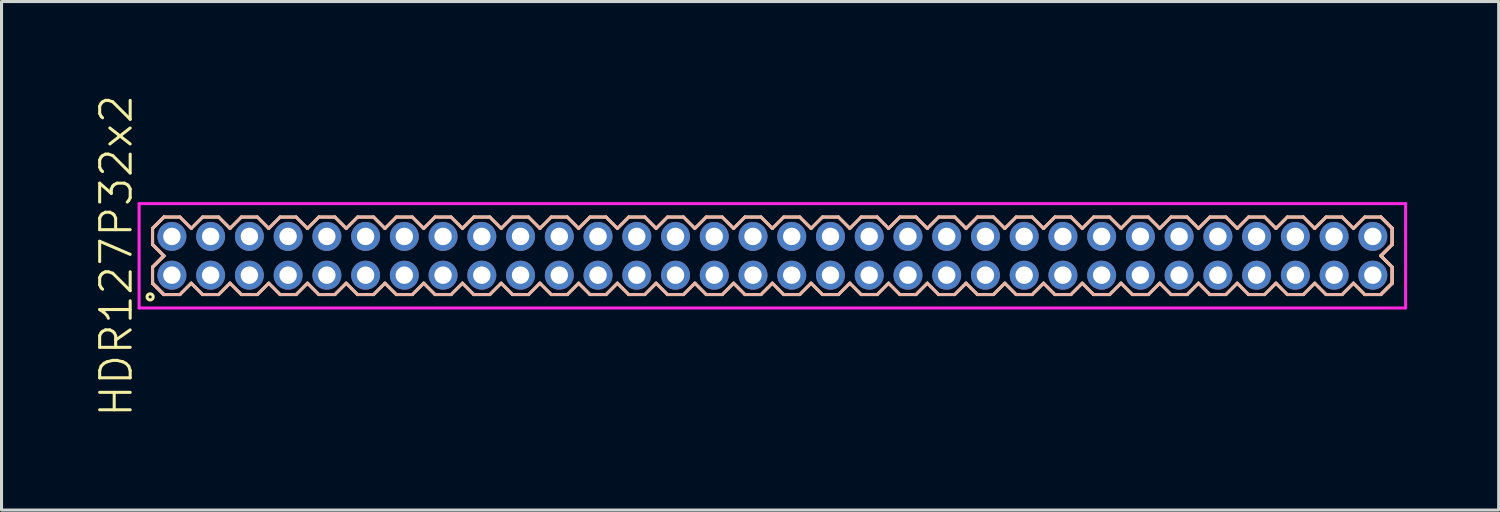
<source format=kicad_pcb>
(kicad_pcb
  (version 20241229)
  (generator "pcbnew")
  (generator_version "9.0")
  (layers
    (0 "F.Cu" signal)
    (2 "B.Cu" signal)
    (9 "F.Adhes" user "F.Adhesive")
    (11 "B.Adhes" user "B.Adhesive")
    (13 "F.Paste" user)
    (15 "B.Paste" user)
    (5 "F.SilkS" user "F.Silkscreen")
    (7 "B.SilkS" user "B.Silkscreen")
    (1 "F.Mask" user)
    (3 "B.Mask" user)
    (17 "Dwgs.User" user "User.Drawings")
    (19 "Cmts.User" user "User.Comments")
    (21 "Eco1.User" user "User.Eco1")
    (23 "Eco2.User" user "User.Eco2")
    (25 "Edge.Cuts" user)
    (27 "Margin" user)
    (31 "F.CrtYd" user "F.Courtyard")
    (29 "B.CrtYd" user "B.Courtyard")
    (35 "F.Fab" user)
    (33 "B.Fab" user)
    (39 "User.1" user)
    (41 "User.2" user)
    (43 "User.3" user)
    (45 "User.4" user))
  (footprint "HDR127P32x2"
    (layer "F.Cu")
    (at 22.27 5.336)
    (property "Reference" "HDR127P32x2" (at -21.51 0 90) (layer "F.SilkS") (effects (font (size 1 1) (thickness 0.1))))
    (attr through_hole)
    (fp_line (start -20.32 -0.898) (end -19.948 -1.27) (stroke (width 0.1) (type solid)) (layer "F.SilkS"))
    (fp_line (start -20.32 -0.898) (end -19.948 -1.27) (stroke (width 0.1) (type solid)) (layer "F.SilkS"))
    (fp_line (start -20.32 -0.372) (end -20.32 -0.898) (stroke (width 0.1) (type solid)) (layer "F.SilkS"))
    (fp_line (start -20.32 -0.372) (end -20.32 -0.898) (stroke (width 0.1) (type solid)) (layer "F.SilkS"))
    (fp_line (start -20.32 0.372) (end -19.948 0) (stroke (width 0.1) (type solid)) (layer "F.SilkS"))
    (fp_line (start -20.32 0.372) (end -19.948 0) (stroke (width 0.1) (type solid)) (layer "F.SilkS"))
    (fp_line (start -20.32 0.898) (end -20.32 0.372) (stroke (width 0.1) (type solid)) (layer "F.SilkS"))
    (fp_line (start -20.32 0.898) (end -20.32 0.372) (stroke (width 0.1) (type solid)) (layer "F.SilkS"))
    (fp_line (start -19.948 -1.27) (end -19.422 -1.27) (stroke (width 0.1) (type solid)) (layer "F.SilkS"))
    (fp_line (start -19.948 0) (end -20.32 -0.372) (stroke (width 0.1) (type solid)) (layer "F.SilkS"))
    (fp_line (start -19.948 0) (end -20.32 -0.372) (stroke (width 0.1) (type solid)) (layer "F.SilkS"))
    (fp_line (start -19.948 1.27) (end -20.32 0.898) (stroke (width 0.1) (type solid)) (layer "F.SilkS"))
    (fp_line (start -19.948 1.27) (end -20.32 0.898) (stroke (width 0.1) (type solid)) (layer "F.SilkS"))
    (fp_line (start -19.422 -1.27) (end -19.05 -0.898) (stroke (width 0.1) (type solid)) (layer "F.SilkS"))
    (fp_line (start -19.422 1.27) (end -19.948 1.27) (stroke (width 0.1) (type solid)) (layer "F.SilkS"))
    (fp_line (start -19.05 -0.898) (end -18.678 -1.27) (stroke (width 0.1) (type solid)) (layer "F.SilkS"))
    (fp_line (start -19.05 0.898) (end -19.422 1.27) (stroke (width 0.1) (type solid)) (layer "F.SilkS"))
    (fp_line (start -18.678 -1.27) (end -18.152 -1.27) (stroke (width 0.1) (type solid)) (layer "F.SilkS"))
    (fp_line (start -18.678 1.27) (end -19.05 0.898) (stroke (width 0.1) (type solid)) (layer "F.SilkS"))
    (fp_line (start -18.152 -1.27) (end -17.78 -0.898) (stroke (width 0.1) (type solid)) (layer "F.SilkS"))
    (fp_line (start -18.152 1.27) (end -18.678 1.27) (stroke (width 0.1) (type solid)) (layer "F.SilkS"))
    (fp_line (start -17.78 -0.898) (end -17.408 -1.27) (stroke (width 0.1) (type solid)) (layer "F.SilkS"))
    (fp_line (start -17.78 0.898) (end -18.152 1.27) (stroke (width 0.1) (type solid)) (layer "F.SilkS"))
    (fp_line (start -17.408 -1.27) (end -16.882 -1.27) (stroke (width 0.1) (type solid)) (layer "F.SilkS"))
    (fp_line (start -17.408 1.27) (end -17.78 0.898) (stroke (width 0.1) (type solid)) (layer "F.SilkS"))
    (fp_line (start -16.882 -1.27) (end -16.51 -0.898) (stroke (width 0.1) (type solid)) (layer "F.SilkS"))
    (fp_line (start -16.882 1.27) (end -17.408 1.27) (stroke (width 0.1) (type solid)) (layer "F.SilkS"))
    (fp_line (start -16.51 -0.898) (end -16.138 -1.27) (stroke (width 0.1) (type solid)) (layer "F.SilkS"))
    (fp_line (start -16.51 0.898) (end -16.882 1.27) (stroke (width 0.1) (type solid)) (layer "F.SilkS"))
    (fp_line (start -16.138 -1.27) (end -15.612 -1.27) (stroke (width 0.1) (type solid)) (layer "F.SilkS"))
    (fp_line (start -16.138 1.27) (end -16.51 0.898) (stroke (width 0.1) (type solid)) (layer "F.SilkS"))
    (fp_line (start -15.612 -1.27) (end -15.24 -0.898) (stroke (width 0.1) (type solid)) (layer "F.SilkS"))
    (fp_line (start -15.612 1.27) (end -16.138 1.27) (stroke (width 0.1) (type solid)) (layer "F.SilkS"))
    (fp_line (start -15.24 -0.898) (end -14.868 -1.27) (stroke (width 0.1) (type solid)) (layer "F.SilkS"))
    (fp_line (start -15.24 0.898) (end -15.612 1.27) (stroke (width 0.1) (type solid)) (layer "F.SilkS"))
    (fp_line (start -14.868 -1.27) (end -14.342 -1.27) (stroke (width 0.1) (type solid)) (layer "F.SilkS"))
    (fp_line (start -14.868 1.27) (end -15.24 0.898) (stroke (width 0.1) (type solid)) (layer "F.SilkS"))
    (fp_line (start -14.342 -1.27) (end -13.97 -0.898) (stroke (width 0.1) (type solid)) (layer "F.SilkS"))
    (fp_line (start -14.342 1.27) (end -14.868 1.27) (stroke (width 0.1) (type solid)) (layer "F.SilkS"))
    (fp_line (start -13.97 -0.898) (end -13.598 -1.27) (stroke (width 0.1) (type solid)) (layer "F.SilkS"))
    (fp_line (start -13.97 0.898) (end -14.342 1.27) (stroke (width 0.1) (type solid)) (layer "F.SilkS"))
    (fp_line (start -13.598 -1.27) (end -13.072 -1.27) (stroke (width 0.1) (type solid)) (layer "F.SilkS"))
    (fp_line (start -13.598 1.27) (end -13.97 0.898) (stroke (width 0.1) (type solid)) (layer "F.SilkS"))
    (fp_line (start -13.072 -1.27) (end -12.7 -0.898) (stroke (width 0.1) (type solid)) (layer "F.SilkS"))
    (fp_line (start -13.072 1.27) (end -13.598 1.27) (stroke (width 0.1) (type solid)) (layer "F.SilkS"))
    (fp_line (start -12.7 -0.898) (end -12.328 -1.27) (stroke (width 0.1) (type solid)) (layer "F.SilkS"))
    (fp_line (start -12.7 0.898) (end -13.072 1.27) (stroke (width 0.1) (type solid)) (layer "F.SilkS"))
    (fp_line (start -12.328 -1.27) (end -11.802 -1.27) (stroke (width 0.1) (type solid)) (layer "F.SilkS"))
    (fp_line (start -12.328 1.27) (end -12.7 0.898) (stroke (width 0.1) (type solid)) (layer "F.SilkS"))
    (fp_line (start -11.802 -1.27) (end -11.43 -0.898) (stroke (width 0.1) (type solid)) (layer "F.SilkS"))
    (fp_line (start -11.802 1.27) (end -12.328 1.27) (stroke (width 0.1) (type solid)) (layer "F.SilkS"))
    (fp_line (start -11.43 -0.898) (end -11.058 -1.27) (stroke (width 0.1) (type solid)) (layer "F.SilkS"))
    (fp_line (start -11.43 0.898) (end -11.802 1.27) (stroke (width 0.1) (type solid)) (layer "F.SilkS"))
    (fp_line (start -11.058 -1.27) (end -10.532 -1.27) (stroke (width 0.1) (type solid)) (layer "F.SilkS"))
    (fp_line (start -11.058 1.27) (end -11.43 0.898) (stroke (width 0.1) (type solid)) (layer "F.SilkS"))
    (fp_line (start -10.532 -1.27) (end -10.16 -0.898) (stroke (width 0.1) (type solid)) (layer "F.SilkS"))
    (fp_line (start -10.532 1.27) (end -11.058 1.27) (stroke (width 0.1) (type solid)) (layer "F.SilkS"))
    (fp_line (start -10.16 -0.898) (end -9.788 -1.27) (stroke (width 0.1) (type solid)) (layer "F.SilkS"))
    (fp_line (start -10.16 0.898) (end -10.532 1.27) (stroke (width 0.1) (type solid)) (layer "F.SilkS"))
    (fp_line (start -9.788 -1.27) (end -9.262 -1.27) (stroke (width 0.1) (type solid)) (layer "F.SilkS"))
    (fp_line (start -9.788 1.27) (end -10.16 0.898) (stroke (width 0.1) (type solid)) (layer "F.SilkS"))
    (fp_line (start -9.262 -1.27) (end -8.89 -0.898) (stroke (width 0.1) (type solid)) (layer "F.SilkS"))
    (fp_line (start -9.262 1.27) (end -9.788 1.27) (stroke (width 0.1) (type solid)) (layer "F.SilkS"))
    (fp_line (start -8.89 -0.898) (end -8.518 -1.27) (stroke (width 0.1) (type solid)) (layer "F.SilkS"))
    (fp_line (start -8.89 0.898) (end -9.262 1.27) (stroke (width 0.1) (type solid)) (layer "F.SilkS"))
    (fp_line (start -8.518 -1.27) (end -7.992 -1.27) (stroke (width 0.1) (type solid)) (layer "F.SilkS"))
    (fp_line (start -8.518 1.27) (end -8.89 0.898) (stroke (width 0.1) (type solid)) (layer "F.SilkS"))
    (fp_line (start -7.992 -1.27) (end -7.62 -0.898) (stroke (width 0.1) (type solid)) (layer "F.SilkS"))
    (fp_line (start -7.992 1.27) (end -8.518 1.27) (stroke (width 0.1) (type solid)) (layer "F.SilkS"))
    (fp_line (start -7.62 -0.898) (end -7.248 -1.27) (stroke (width 0.1) (type solid)) (layer "F.SilkS"))
    (fp_line (start -7.62 0.898) (end -7.992 1.27) (stroke (width 0.1) (type solid)) (layer "F.SilkS"))
    (fp_line (start -7.248 -1.27) (end -6.722 -1.27) (stroke (width 0.1) (type solid)) (layer "F.SilkS"))
    (fp_line (start -7.248 1.27) (end -7.62 0.898) (stroke (width 0.1) (type solid)) (layer "F.SilkS"))
    (fp_line (start -6.722 -1.27) (end -6.35 -0.898) (stroke (width 0.1) (type solid)) (layer "F.SilkS"))
    (fp_line (start -6.722 1.27) (end -7.248 1.27) (stroke (width 0.1) (type solid)) (layer "F.SilkS"))
    (fp_line (start -6.35 -0.898) (end -5.978 -1.27) (stroke (width 0.1) (type solid)) (layer "F.SilkS"))
    (fp_line (start -6.35 0.898) (end -6.722 1.27) (stroke (width 0.1) (type solid)) (layer "F.SilkS"))
    (fp_line (start -5.978 -1.27) (end -5.452 -1.27) (stroke (width 0.1) (type solid)) (layer "F.SilkS"))
    (fp_line (start -5.978 1.27) (end -6.35 0.898) (stroke (width 0.1) (type solid)) (layer "F.SilkS"))
    (fp_line (start -5.452 -1.27) (end -5.08 -0.898) (stroke (width 0.1) (type solid)) (layer "F.SilkS"))
    (fp_line (start -5.452 1.27) (end -5.978 1.27) (stroke (width 0.1) (type solid)) (layer "F.SilkS"))
    (fp_line (start -5.08 -0.898) (end -4.708 -1.27) (stroke (width 0.1) (type solid)) (layer "F.SilkS"))
    (fp_line (start -5.08 0.898) (end -5.452 1.27) (stroke (width 0.1) (type solid)) (layer "F.SilkS"))
    (fp_line (start -4.708 -1.27) (end -4.182 -1.27) (stroke (width 0.1) (type solid)) (layer "F.SilkS"))
    (fp_line (start -4.708 1.27) (end -5.08 0.898) (stroke (width 0.1) (type solid)) (layer "F.SilkS"))
    (fp_line (start -4.182 -1.27) (end -3.81 -0.898) (stroke (width 0.1) (type solid)) (layer "F.SilkS"))
    (fp_line (start -4.182 1.27) (end -4.708 1.27) (stroke (width 0.1) (type solid)) (layer "F.SilkS"))
    (fp_line (start -3.81 -0.898) (end -3.438 -1.27) (stroke (width 0.1) (type solid)) (layer "F.SilkS"))
    (fp_line (start -3.81 0.898) (end -4.182 1.27) (stroke (width 0.1) (type solid)) (layer "F.SilkS"))
    (fp_line (start -3.438 -1.27) (end -2.912 -1.27) (stroke (width 0.1) (type solid)) (layer "F.SilkS"))
    (fp_line (start -3.438 1.27) (end -3.81 0.898) (stroke (width 0.1) (type solid)) (layer "F.SilkS"))
    (fp_line (start -2.912 -1.27) (end -2.54 -0.898) (stroke (width 0.1) (type solid)) (layer "F.SilkS"))
    (fp_line (start -2.912 1.27) (end -3.438 1.27) (stroke (width 0.1) (type solid)) (layer "F.SilkS"))
    (fp_line (start -2.54 -0.898) (end -2.168 -1.27) (stroke (width 0.1) (type solid)) (layer "F.SilkS"))
    (fp_line (start -2.54 0.898) (end -2.912 1.27) (stroke (width 0.1) (type solid)) (layer "F.SilkS"))
    (fp_line (start -2.168 -1.27) (end -1.642 -1.27) (stroke (width 0.1) (type solid)) (layer "F.SilkS"))
    (fp_line (start -2.168 1.27) (end -2.54 0.898) (stroke (width 0.1) (type solid)) (layer "F.SilkS"))
    (fp_line (start -1.642 -1.27) (end -1.27 -0.898) (stroke (width 0.1) (type solid)) (layer "F.SilkS"))
    (fp_line (start -1.642 1.27) (end -2.168 1.27) (stroke (width 0.1) (type solid)) (layer "F.SilkS"))
    (fp_line (start -1.27 -0.898) (end -0.898 -1.27) (stroke (width 0.1) (type solid)) (layer "F.SilkS"))
    (fp_line (start -1.27 0.898) (end -1.642 1.27) (stroke (width 0.1) (type solid)) (layer "F.SilkS"))
    (fp_line (start -0.898 -1.27) (end -0.372 -1.27) (stroke (width 0.1) (type solid)) (layer "F.SilkS"))
    (fp_line (start -0.898 1.27) (end -1.27 0.898) (stroke (width 0.1) (type solid)) (layer "F.SilkS"))
    (fp_line (start -0.372 -1.27) (end 0 -0.898) (stroke (width 0.1) (type solid)) (layer "F.SilkS"))
    (fp_line (start -0.372 1.27) (end -0.898 1.27) (stroke (width 0.1) (type solid)) (layer "F.SilkS"))
    (fp_line (start 0 -0.898) (end 0.372 -1.27) (stroke (width 0.1) (type solid)) (layer "F.SilkS"))
    (fp_line (start 0 0.898) (end -0.372 1.27) (stroke (width 0.1) (type solid)) (layer "F.SilkS"))
    (fp_line (start 0.372 -1.27) (end 0.898 -1.27) (stroke (width 0.1) (type solid)) (layer "F.SilkS"))
    (fp_line (start 0.372 1.27) (end 0 0.898) (stroke (width 0.1) (type solid)) (layer "F.SilkS"))
    (fp_line (start 0.898 -1.27) (end 1.27 -0.898) (stroke (width 0.1) (type solid)) (layer "F.SilkS"))
    (fp_line (start 0.898 1.27) (end 0.372 1.27) (stroke (width 0.1) (type solid)) (layer "F.SilkS"))
    (fp_line (start 1.27 -0.898) (end 1.642 -1.27) (stroke (width 0.1) (type solid)) (layer "F.SilkS"))
    (fp_line (start 1.27 0.898) (end 0.898 1.27) (stroke (width 0.1) (type solid)) (layer "F.SilkS"))
    (fp_line (start 1.642 -1.27) (end 2.168 -1.27) (stroke (width 0.1) (type solid)) (layer "F.SilkS"))
    (fp_line (start 1.642 1.27) (end 1.27 0.898) (stroke (width 0.1) (type solid)) (layer "F.SilkS"))
    (fp_line (start 2.168 -1.27) (end 2.54 -0.898) (stroke (width 0.1) (type solid)) (layer "F.SilkS"))
    (fp_line (start 2.168 1.27) (end 1.642 1.27) (stroke (width 0.1) (type solid)) (layer "F.SilkS"))
    (fp_line (start 2.54 -0.898) (end 2.912 -1.27) (stroke (width 0.1) (type solid)) (layer "F.SilkS"))
    (fp_line (start 2.54 0.898) (end 2.168 1.27) (stroke (width 0.1) (type solid)) (layer "F.SilkS"))
    (fp_line (start 2.912 -1.27) (end 3.438 -1.27) (stroke (width 0.1) (type solid)) (layer "F.SilkS"))
    (fp_line (start 2.912 1.27) (end 2.54 0.898) (stroke (width 0.1) (type solid)) (layer "F.SilkS"))
    (fp_line (start 3.438 -1.27) (end 3.81 -0.898) (stroke (width 0.1) (type solid)) (layer "F.SilkS"))
    (fp_line (start 3.438 1.27) (end 2.912 1.27) (stroke (width 0.1) (type solid)) (layer "F.SilkS"))
    (fp_line (start 3.81 -0.898) (end 4.182 -1.27) (stroke (width 0.1) (type solid)) (layer "F.SilkS"))
    (fp_line (start 3.81 0.898) (end 3.438 1.27) (stroke (width 0.1) (type solid)) (layer "F.SilkS"))
    (fp_line (start 4.182 -1.27) (end 4.708 -1.27) (stroke (width 0.1) (type solid)) (layer "F.SilkS"))
    (fp_line (start 4.182 1.27) (end 3.81 0.898) (stroke (width 0.1) (type solid)) (layer "F.SilkS"))
    (fp_line (start 4.708 -1.27) (end 5.08 -0.898) (stroke (width 0.1) (type solid)) (layer "F.SilkS"))
    (fp_line (start 4.708 1.27) (end 4.182 1.27) (stroke (width 0.1) (type solid)) (layer "F.SilkS"))
    (fp_line (start 5.08 -0.898) (end 5.452 -1.27) (stroke (width 0.1) (type solid)) (layer "F.SilkS"))
    (fp_line (start 5.08 0.898) (end 4.708 1.27) (stroke (width 0.1) (type solid)) (layer "F.SilkS"))
    (fp_line (start 5.452 -1.27) (end 5.978 -1.27) (stroke (width 0.1) (type solid)) (layer "F.SilkS"))
    (fp_line (start 5.452 1.27) (end 5.08 0.898) (stroke (width 0.1) (type solid)) (layer "F.SilkS"))
    (fp_line (start 5.978 -1.27) (end 6.35 -0.898) (stroke (width 0.1) (type solid)) (layer "F.SilkS"))
    (fp_line (start 5.978 1.27) (end 5.452 1.27) (stroke (width 0.1) (type solid)) (layer "F.SilkS"))
    (fp_line (start 6.35 -0.898) (end 6.722 -1.27) (stroke (width 0.1) (type solid)) (layer "F.SilkS"))
    (fp_line (start 6.35 0.898) (end 5.978 1.27) (stroke (width 0.1) (type solid)) (layer "F.SilkS"))
    (fp_line (start 6.722 -1.27) (end 7.248 -1.27) (stroke (width 0.1) (type solid)) (layer "F.SilkS"))
    (fp_line (start 6.722 1.27) (end 6.35 0.898) (stroke (width 0.1) (type solid)) (layer "F.SilkS"))
    (fp_line (start 7.248 -1.27) (end 7.62 -0.898) (stroke (width 0.1) (type solid)) (layer "F.SilkS"))
    (fp_line (start 7.248 1.27) (end 6.722 1.27) (stroke (width 0.1) (type solid)) (layer "F.SilkS"))
    (fp_line (start 7.62 -0.898) (end 7.992 -1.27) (stroke (width 0.1) (type solid)) (layer "F.SilkS"))
    (fp_line (start 7.62 0.898) (end 7.248 1.27) (stroke (width 0.1) (type solid)) (layer "F.SilkS"))
    (fp_line (start 7.992 -1.27) (end 8.518 -1.27) (stroke (width 0.1) (type solid)) (layer "F.SilkS"))
    (fp_line (start 7.992 1.27) (end 7.62 0.898) (stroke (width 0.1) (type solid)) (layer "F.SilkS"))
    (fp_line (start 8.518 -1.27) (end 8.89 -0.898) (stroke (width 0.1) (type solid)) (layer "F.SilkS"))
    (fp_line (start 8.518 1.27) (end 7.992 1.27) (stroke (width 0.1) (type solid)) (layer "F.SilkS"))
    (fp_line (start 8.89 -0.898) (end 9.262 -1.27) (stroke (width 0.1) (type solid)) (layer "F.SilkS"))
    (fp_line (start 8.89 0.898) (end 8.518 1.27) (stroke (width 0.1) (type solid)) (layer "F.SilkS"))
    (fp_line (start 9.262 -1.27) (end 9.788 -1.27) (stroke (width 0.1) (type solid)) (layer "F.SilkS"))
    (fp_line (start 9.262 1.27) (end 8.89 0.898) (stroke (width 0.1) (type solid)) (layer "F.SilkS"))
    (fp_line (start 9.788 -1.27) (end 10.16 -0.898) (stroke (width 0.1) (type solid)) (layer "F.SilkS"))
    (fp_line (start 9.788 1.27) (end 9.262 1.27) (stroke (width 0.1) (type solid)) (layer "F.SilkS"))
    (fp_line (start 10.16 -0.898) (end 10.532 -1.27) (stroke (width 0.1) (type solid)) (layer "F.SilkS"))
    (fp_line (start 10.16 0.898) (end 9.788 1.27) (stroke (width 0.1) (type solid)) (layer "F.SilkS"))
    (fp_line (start 10.532 -1.27) (end 11.058 -1.27) (stroke (width 0.1) (type solid)) (layer "F.SilkS"))
    (fp_line (start 10.532 1.27) (end 10.16 0.898) (stroke (width 0.1) (type solid)) (layer "F.SilkS"))
    (fp_line (start 11.058 -1.27) (end 11.43 -0.898) (stroke (width 0.1) (type solid)) (layer "F.SilkS"))
    (fp_line (start 11.058 1.27) (end 10.532 1.27) (stroke (width 0.1) (type solid)) (layer "F.SilkS"))
    (fp_line (start 11.43 -0.898) (end 11.802 -1.27) (stroke (width 0.1) (type solid)) (layer "F.SilkS"))
    (fp_line (start 11.43 0.898) (end 11.058 1.27) (stroke (width 0.1) (type solid)) (layer "F.SilkS"))
    (fp_line (start 11.802 -1.27) (end 12.328 -1.27) (stroke (width 0.1) (type solid)) (layer "F.SilkS"))
    (fp_line (start 11.802 1.27) (end 11.43 0.898) (stroke (width 0.1) (type solid)) (layer "F.SilkS"))
    (fp_line (start 12.328 -1.27) (end 12.7 -0.898) (stroke (width 0.1) (type solid)) (layer "F.SilkS"))
    (fp_line (start 12.328 1.27) (end 11.802 1.27) (stroke (width 0.1) (type solid)) (layer "F.SilkS"))
    (fp_line (start 12.7 -0.898) (end 13.072 -1.27) (stroke (width 0.1) (type solid)) (layer "F.SilkS"))
    (fp_line (start 12.7 0.898) (end 12.328 1.27) (stroke (width 0.1) (type solid)) (layer "F.SilkS"))
    (fp_line (start 13.072 -1.27) (end 13.598 -1.27) (stroke (width 0.1) (type solid)) (layer "F.SilkS"))
    (fp_line (start 13.072 1.27) (end 12.7 0.898) (stroke (width 0.1) (type solid)) (layer "F.SilkS"))
    (fp_line (start 13.598 -1.27) (end 13.97 -0.898) (stroke (width 0.1) (type solid)) (layer "F.SilkS"))
    (fp_line (start 13.598 1.27) (end 13.072 1.27) (stroke (width 0.1) (type solid)) (layer "F.SilkS"))
    (fp_line (start 13.97 -0.898) (end 14.342 -1.27) (stroke (width 0.1) (type solid)) (layer "F.SilkS"))
    (fp_line (start 13.97 0.898) (end 13.598 1.27) (stroke (width 0.1) (type solid)) (layer "F.SilkS"))
    (fp_line (start 14.342 -1.27) (end 14.868 -1.27) (stroke (width 0.1) (type solid)) (layer "F.SilkS"))
    (fp_line (start 14.342 1.27) (end 13.97 0.898) (stroke (width 0.1) (type solid)) (layer "F.SilkS"))
    (fp_line (start 14.868 -1.27) (end 15.24 -0.898) (stroke (width 0.1) (type solid)) (layer "F.SilkS"))
    (fp_line (start 14.868 1.27) (end 14.342 1.27) (stroke (width 0.1) (type solid)) (layer "F.SilkS"))
    (fp_line (start 15.24 -0.898) (end 15.612 -1.27) (stroke (width 0.1) (type solid)) (layer "F.SilkS"))
    (fp_line (start 15.24 0.898) (end 14.868 1.27) (stroke (width 0.1) (type solid)) (layer "F.SilkS"))
    (fp_line (start 15.612 -1.27) (end 16.138 -1.27) (stroke (width 0.1) (type solid)) (layer "F.SilkS"))
    (fp_line (start 15.612 1.27) (end 15.24 0.898) (stroke (width 0.1) (type solid)) (layer "F.SilkS"))
    (fp_line (start 16.138 -1.27) (end 16.51 -0.898) (stroke (width 0.1) (type solid)) (layer "F.SilkS"))
    (fp_line (start 16.138 1.27) (end 15.612 1.27) (stroke (width 0.1) (type solid)) (layer "F.SilkS"))
    (fp_line (start 16.51 -0.898) (end 16.882 -1.27) (stroke (width 0.1) (type solid)) (layer "F.SilkS"))
    (fp_line (start 16.51 0.898) (end 16.138 1.27) (stroke (width 0.1) (type solid)) (layer "F.SilkS"))
    (fp_line (start 16.882 -1.27) (end 17.408 -1.27) (stroke (width 0.1) (type solid)) (layer "F.SilkS"))
    (fp_line (start 16.882 1.27) (end 16.51 0.898) (stroke (width 0.1) (type solid)) (layer "F.SilkS"))
    (fp_line (start 17.408 -1.27) (end 17.78 -0.898) (stroke (width 0.1) (type solid)) (layer "F.SilkS"))
    (fp_line (start 17.408 1.27) (end 16.882 1.27) (stroke (width 0.1) (type solid)) (layer "F.SilkS"))
    (fp_line (start 17.78 -0.898) (end 18.152 -1.27) (stroke (width 0.1) (type solid)) (layer "F.SilkS"))
    (fp_line (start 17.78 0.898) (end 17.408 1.27) (stroke (width 0.1) (type solid)) (layer "F.SilkS"))
    (fp_line (start 18.152 -1.27) (end 18.678 -1.27) (stroke (width 0.1) (type solid)) (layer "F.SilkS"))
    (fp_line (start 18.152 1.27) (end 17.78 0.898) (stroke (width 0.1) (type solid)) (layer "F.SilkS"))
    (fp_line (start 18.678 -1.27) (end 19.05 -0.898) (stroke (width 0.1) (type solid)) (layer "F.SilkS"))
    (fp_line (start 18.678 1.27) (end 18.152 1.27) (stroke (width 0.1) (type solid)) (layer "F.SilkS"))
    (fp_line (start 19.05 -0.898) (end 19.422 -1.27) (stroke (width 0.1) (type solid)) (layer "F.SilkS"))
    (fp_line (start 19.05 0.898) (end 18.678 1.27) (stroke (width 0.1) (type solid)) (layer "F.SilkS"))
    (fp_line (start 19.422 -1.27) (end 19.948 -1.27) (stroke (width 0.1) (type solid)) (layer "F.SilkS"))
    (fp_line (start 19.422 1.27) (end 19.05 0.898) (stroke (width 0.1) (type solid)) (layer "F.SilkS"))
    (fp_line (start 19.948 -1.27) (end 20.32 -0.898) (stroke (width 0.1) (type solid)) (layer "F.SilkS"))
    (fp_line (start 19.948 -1.27) (end 20.32 -0.898) (stroke (width 0.1) (type solid)) (layer "F.SilkS"))
    (fp_line (start 19.948 0) (end 20.32 0.372) (stroke (width 0.1) (type solid)) (layer "F.SilkS"))
    (fp_line (start 19.948 0) (end 20.32 0.372) (stroke (width 0.1) (type solid)) (layer "F.SilkS"))
    (fp_line (start 19.948 1.27) (end 19.422 1.27) (stroke (width 0.1) (type solid)) (layer "F.SilkS"))
    (fp_line (start 20.32 -0.898) (end 20.32 -0.372) (stroke (width 0.1) (type solid)) (layer "F.SilkS"))
    (fp_line (start 20.32 -0.898) (end 20.32 -0.372) (stroke (width 0.1) (type solid)) (layer "F.SilkS"))
    (fp_line (start 20.32 -0.372) (end 19.948 0) (stroke (width 0.1) (type solid)) (layer "F.SilkS"))
    (fp_line (start 20.32 -0.372) (end 19.948 0) (stroke (width 0.1) (type solid)) (layer "F.SilkS"))
    (fp_line (start 20.32 0.372) (end 20.32 0.898) (stroke (width 0.1) (type solid)) (layer "F.SilkS"))
    (fp_line (start 20.32 0.372) (end 20.32 0.898) (stroke (width 0.1) (type solid)) (layer "F.SilkS"))
    (fp_line (start 20.32 0.898) (end 19.948 1.27) (stroke (width 0.1) (type solid)) (layer "F.SilkS"))
    (fp_line (start 20.32 0.898) (end 19.948 1.27) (stroke (width 0.1) (type solid)) (layer "F.SilkS"))
    (fp_circle (center -20.398 1.347) (end -20.297 1.347) (stroke (width 0.1) (type solid)) (fill no) (layer "F.SilkS"))
    (fp_line (start -20.32 -0.898) (end -19.948 -1.27) (stroke (width 0.1) (type solid)) (layer "B.SilkS"))
    (fp_line (start -20.32 -0.898) (end -19.948 -1.27) (stroke (width 0.1) (type solid)) (layer "B.SilkS"))
    (fp_line (start -20.32 -0.372) (end -20.32 -0.898) (stroke (width 0.1) (type solid)) (layer "B.SilkS"))
    (fp_line (start -20.32 -0.372) (end -20.32 -0.898) (stroke (width 0.1) (type solid)) (layer "B.SilkS"))
    (fp_line (start -20.32 0.372) (end -19.948 0) (stroke (width 0.1) (type solid)) (layer "B.SilkS"))
    (fp_line (start -20.32 0.372) (end -19.948 0) (stroke (width 0.1) (type solid)) (layer "B.SilkS"))
    (fp_line (start -20.32 0.898) (end -20.32 0.372) (stroke (width 0.1) (type solid)) (layer "B.SilkS"))
    (fp_line (start -20.32 0.898) (end -20.32 0.372) (stroke (width 0.1) (type solid)) (layer "B.SilkS"))
    (fp_line (start -19.948 -1.27) (end -19.422 -1.27) (stroke (width 0.1) (type solid)) (layer "B.SilkS"))
    (fp_line (start -19.948 0) (end -20.32 -0.372) (stroke (width 0.1) (type solid)) (layer "B.SilkS"))
    (fp_line (start -19.948 0) (end -20.32 -0.372) (stroke (width 0.1) (type solid)) (layer "B.SilkS"))
    (fp_line (start -19.948 1.27) (end -20.32 0.898) (stroke (width 0.1) (type solid)) (layer "B.SilkS"))
    (fp_line (start -19.948 1.27) (end -20.32 0.898) (stroke (width 0.1) (type solid)) (layer "B.SilkS"))
    (fp_line (start -19.422 -1.27) (end -19.05 -0.898) (stroke (width 0.1) (type solid)) (layer "B.SilkS"))
    (fp_line (start -19.422 1.27) (end -19.948 1.27) (stroke (width 0.1) (type solid)) (layer "B.SilkS"))
    (fp_line (start -19.05 -0.898) (end -18.678 -1.27) (stroke (width 0.1) (type solid)) (layer "B.SilkS"))
    (fp_line (start -19.05 0.898) (end -19.422 1.27) (stroke (width 0.1) (type solid)) (layer "B.SilkS"))
    (fp_line (start -18.678 -1.27) (end -18.152 -1.27) (stroke (width 0.1) (type solid)) (layer "B.SilkS"))
    (fp_line (start -18.678 1.27) (end -19.05 0.898) (stroke (width 0.1) (type solid)) (layer "B.SilkS"))
    (fp_line (start -18.152 -1.27) (end -17.78 -0.898) (stroke (width 0.1) (type solid)) (layer "B.SilkS"))
    (fp_line (start -18.152 1.27) (end -18.678 1.27) (stroke (width 0.1) (type solid)) (layer "B.SilkS"))
    (fp_line (start -17.78 -0.898) (end -17.408 -1.27) (stroke (width 0.1) (type solid)) (layer "B.SilkS"))
    (fp_line (start -17.78 0.898) (end -18.152 1.27) (stroke (width 0.1) (type solid)) (layer "B.SilkS"))
    (fp_line (start -17.408 -1.27) (end -16.882 -1.27) (stroke (width 0.1) (type solid)) (layer "B.SilkS"))
    (fp_line (start -17.408 1.27) (end -17.78 0.898) (stroke (width 0.1) (type solid)) (layer "B.SilkS"))
    (fp_line (start -16.882 -1.27) (end -16.51 -0.898) (stroke (width 0.1) (type solid)) (layer "B.SilkS"))
    (fp_line (start -16.882 1.27) (end -17.408 1.27) (stroke (width 0.1) (type solid)) (layer "B.SilkS"))
    (fp_line (start -16.51 -0.898) (end -16.138 -1.27) (stroke (width 0.1) (type solid)) (layer "B.SilkS"))
    (fp_line (start -16.51 0.898) (end -16.882 1.27) (stroke (width 0.1) (type solid)) (layer "B.SilkS"))
    (fp_line (start -16.138 -1.27) (end -15.612 -1.27) (stroke (width 0.1) (type solid)) (layer "B.SilkS"))
    (fp_line (start -16.138 1.27) (end -16.51 0.898) (stroke (width 0.1) (type solid)) (layer "B.SilkS"))
    (fp_line (start -15.612 -1.27) (end -15.24 -0.898) (stroke (width 0.1) (type solid)) (layer "B.SilkS"))
    (fp_line (start -15.612 1.27) (end -16.138 1.27) (stroke (width 0.1) (type solid)) (layer "B.SilkS"))
    (fp_line (start -15.24 -0.898) (end -14.868 -1.27) (stroke (width 0.1) (type solid)) (layer "B.SilkS"))
    (fp_line (start -15.24 0.898) (end -15.612 1.27) (stroke (width 0.1) (type solid)) (layer "B.SilkS"))
    (fp_line (start -14.868 -1.27) (end -14.342 -1.27) (stroke (width 0.1) (type solid)) (layer "B.SilkS"))
    (fp_line (start -14.868 1.27) (end -15.24 0.898) (stroke (width 0.1) (type solid)) (layer "B.SilkS"))
    (fp_line (start -14.342 -1.27) (end -13.97 -0.898) (stroke (width 0.1) (type solid)) (layer "B.SilkS"))
    (fp_line (start -14.342 1.27) (end -14.868 1.27) (stroke (width 0.1) (type solid)) (layer "B.SilkS"))
    (fp_line (start -13.97 -0.898) (end -13.598 -1.27) (stroke (width 0.1) (type solid)) (layer "B.SilkS"))
    (fp_line (start -13.97 0.898) (end -14.342 1.27) (stroke (width 0.1) (type solid)) (layer "B.SilkS"))
    (fp_line (start -13.598 -1.27) (end -13.072 -1.27) (stroke (width 0.1) (type solid)) (layer "B.SilkS"))
    (fp_line (start -13.598 1.27) (end -13.97 0.898) (stroke (width 0.1) (type solid)) (layer "B.SilkS"))
    (fp_line (start -13.072 -1.27) (end -12.7 -0.898) (stroke (width 0.1) (type solid)) (layer "B.SilkS"))
    (fp_line (start -13.072 1.27) (end -13.598 1.27) (stroke (width 0.1) (type solid)) (layer "B.SilkS"))
    (fp_line (start -12.7 -0.898) (end -12.328 -1.27) (stroke (width 0.1) (type solid)) (layer "B.SilkS"))
    (fp_line (start -12.7 0.898) (end -13.072 1.27) (stroke (width 0.1) (type solid)) (layer "B.SilkS"))
    (fp_line (start -12.328 -1.27) (end -11.802 -1.27) (stroke (width 0.1) (type solid)) (layer "B.SilkS"))
    (fp_line (start -12.328 1.27) (end -12.7 0.898) (stroke (width 0.1) (type solid)) (layer "B.SilkS"))
    (fp_line (start -11.802 -1.27) (end -11.43 -0.898) (stroke (width 0.1) (type solid)) (layer "B.SilkS"))
    (fp_line (start -11.802 1.27) (end -12.328 1.27) (stroke (width 0.1) (type solid)) (layer "B.SilkS"))
    (fp_line (start -11.43 -0.898) (end -11.058 -1.27) (stroke (width 0.1) (type solid)) (layer "B.SilkS"))
    (fp_line (start -11.43 0.898) (end -11.802 1.27) (stroke (width 0.1) (type solid)) (layer "B.SilkS"))
    (fp_line (start -11.058 -1.27) (end -10.532 -1.27) (stroke (width 0.1) (type solid)) (layer "B.SilkS"))
    (fp_line (start -11.058 1.27) (end -11.43 0.898) (stroke (width 0.1) (type solid)) (layer "B.SilkS"))
    (fp_line (start -10.532 -1.27) (end -10.16 -0.898) (stroke (width 0.1) (type solid)) (layer "B.SilkS"))
    (fp_line (start -10.532 1.27) (end -11.058 1.27) (stroke (width 0.1) (type solid)) (layer "B.SilkS"))
    (fp_line (start -10.16 -0.898) (end -9.788 -1.27) (stroke (width 0.1) (type solid)) (layer "B.SilkS"))
    (fp_line (start -10.16 0.898) (end -10.532 1.27) (stroke (width 0.1) (type solid)) (layer "B.SilkS"))
    (fp_line (start -9.788 -1.27) (end -9.262 -1.27) (stroke (width 0.1) (type solid)) (layer "B.SilkS"))
    (fp_line (start -9.788 1.27) (end -10.16 0.898) (stroke (width 0.1) (type solid)) (layer "B.SilkS"))
    (fp_line (start -9.262 -1.27) (end -8.89 -0.898) (stroke (width 0.1) (type solid)) (layer "B.SilkS"))
    (fp_line (start -9.262 1.27) (end -9.788 1.27) (stroke (width 0.1) (type solid)) (layer "B.SilkS"))
    (fp_line (start -8.89 -0.898) (end -8.518 -1.27) (stroke (width 0.1) (type solid)) (layer "B.SilkS"))
    (fp_line (start -8.89 0.898) (end -9.262 1.27) (stroke (width 0.1) (type solid)) (layer "B.SilkS"))
    (fp_line (start -8.518 -1.27) (end -7.992 -1.27) (stroke (width 0.1) (type solid)) (layer "B.SilkS"))
    (fp_line (start -8.518 1.27) (end -8.89 0.898) (stroke (width 0.1) (type solid)) (layer "B.SilkS"))
    (fp_line (start -7.992 -1.27) (end -7.62 -0.898) (stroke (width 0.1) (type solid)) (layer "B.SilkS"))
    (fp_line (start -7.992 1.27) (end -8.518 1.27) (stroke (width 0.1) (type solid)) (layer "B.SilkS"))
    (fp_line (start -7.62 -0.898) (end -7.248 -1.27) (stroke (width 0.1) (type solid)) (layer "B.SilkS"))
    (fp_line (start -7.62 0.898) (end -7.992 1.27) (stroke (width 0.1) (type solid)) (layer "B.SilkS"))
    (fp_line (start -7.248 -1.27) (end -6.722 -1.27) (stroke (width 0.1) (type solid)) (layer "B.SilkS"))
    (fp_line (start -7.248 1.27) (end -7.62 0.898) (stroke (width 0.1) (type solid)) (layer "B.SilkS"))
    (fp_line (start -6.722 -1.27) (end -6.35 -0.898) (stroke (width 0.1) (type solid)) (layer "B.SilkS"))
    (fp_line (start -6.722 1.27) (end -7.248 1.27) (stroke (width 0.1) (type solid)) (layer "B.SilkS"))
    (fp_line (start -6.35 -0.898) (end -5.978 -1.27) (stroke (width 0.1) (type solid)) (layer "B.SilkS"))
    (fp_line (start -6.35 0.898) (end -6.722 1.27) (stroke (width 0.1) (type solid)) (layer "B.SilkS"))
    (fp_line (start -5.978 -1.27) (end -5.452 -1.27) (stroke (width 0.1) (type solid)) (layer "B.SilkS"))
    (fp_line (start -5.978 1.27) (end -6.35 0.898) (stroke (width 0.1) (type solid)) (layer "B.SilkS"))
    (fp_line (start -5.452 -1.27) (end -5.08 -0.898) (stroke (width 0.1) (type solid)) (layer "B.SilkS"))
    (fp_line (start -5.452 1.27) (end -5.978 1.27) (stroke (width 0.1) (type solid)) (layer "B.SilkS"))
    (fp_line (start -5.08 -0.898) (end -4.708 -1.27) (stroke (width 0.1) (type solid)) (layer "B.SilkS"))
    (fp_line (start -5.08 0.898) (end -5.452 1.27) (stroke (width 0.1) (type solid)) (layer "B.SilkS"))
    (fp_line (start -4.708 -1.27) (end -4.182 -1.27) (stroke (width 0.1) (type solid)) (layer "B.SilkS"))
    (fp_line (start -4.708 1.27) (end -5.08 0.898) (stroke (width 0.1) (type solid)) (layer "B.SilkS"))
    (fp_line (start -4.182 -1.27) (end -3.81 -0.898) (stroke (width 0.1) (type solid)) (layer "B.SilkS"))
    (fp_line (start -4.182 1.27) (end -4.708 1.27) (stroke (width 0.1) (type solid)) (layer "B.SilkS"))
    (fp_line (start -3.81 -0.898) (end -3.438 -1.27) (stroke (width 0.1) (type solid)) (layer "B.SilkS"))
    (fp_line (start -3.81 0.898) (end -4.182 1.27) (stroke (width 0.1) (type solid)) (layer "B.SilkS"))
    (fp_line (start -3.438 -1.27) (end -2.912 -1.27) (stroke (width 0.1) (type solid)) (layer "B.SilkS"))
    (fp_line (start -3.438 1.27) (end -3.81 0.898) (stroke (width 0.1) (type solid)) (layer "B.SilkS"))
    (fp_line (start -2.912 -1.27) (end -2.54 -0.898) (stroke (width 0.1) (type solid)) (layer "B.SilkS"))
    (fp_line (start -2.912 1.27) (end -3.438 1.27) (stroke (width 0.1) (type solid)) (layer "B.SilkS"))
    (fp_line (start -2.54 -0.898) (end -2.168 -1.27) (stroke (width 0.1) (type solid)) (layer "B.SilkS"))
    (fp_line (start -2.54 0.898) (end -2.912 1.27) (stroke (width 0.1) (type solid)) (layer "B.SilkS"))
    (fp_line (start -2.168 -1.27) (end -1.642 -1.27) (stroke (width 0.1) (type solid)) (layer "B.SilkS"))
    (fp_line (start -2.168 1.27) (end -2.54 0.898) (stroke (width 0.1) (type solid)) (layer "B.SilkS"))
    (fp_line (start -1.642 -1.27) (end -1.27 -0.898) (stroke (width 0.1) (type solid)) (layer "B.SilkS"))
    (fp_line (start -1.642 1.27) (end -2.168 1.27) (stroke (width 0.1) (type solid)) (layer "B.SilkS"))
    (fp_line (start -1.27 -0.898) (end -0.898 -1.27) (stroke (width 0.1) (type solid)) (layer "B.SilkS"))
    (fp_line (start -1.27 0.898) (end -1.642 1.27) (stroke (width 0.1) (type solid)) (layer "B.SilkS"))
    (fp_line (start -0.898 -1.27) (end -0.372 -1.27) (stroke (width 0.1) (type solid)) (layer "B.SilkS"))
    (fp_line (start -0.898 1.27) (end -1.27 0.898) (stroke (width 0.1) (type solid)) (layer "B.SilkS"))
    (fp_line (start -0.372 -1.27) (end 0 -0.898) (stroke (width 0.1) (type solid)) (layer "B.SilkS"))
    (fp_line (start -0.372 1.27) (end -0.898 1.27) (stroke (width 0.1) (type solid)) (layer "B.SilkS"))
    (fp_line (start 0 -0.898) (end 0.372 -1.27) (stroke (width 0.1) (type solid)) (layer "B.SilkS"))
    (fp_line (start 0 0.898) (end -0.372 1.27) (stroke (width 0.1) (type solid)) (layer "B.SilkS"))
    (fp_line (start 0.372 -1.27) (end 0.898 -1.27) (stroke (width 0.1) (type solid)) (layer "B.SilkS"))
    (fp_line (start 0.372 1.27) (end 0 0.898) (stroke (width 0.1) (type solid)) (layer "B.SilkS"))
    (fp_line (start 0.898 -1.27) (end 1.27 -0.898) (stroke (width 0.1) (type solid)) (layer "B.SilkS"))
    (fp_line (start 0.898 1.27) (end 0.372 1.27) (stroke (width 0.1) (type solid)) (layer "B.SilkS"))
    (fp_line (start 1.27 -0.898) (end 1.642 -1.27) (stroke (width 0.1) (type solid)) (layer "B.SilkS"))
    (fp_line (start 1.27 0.898) (end 0.898 1.27) (stroke (width 0.1) (type solid)) (layer "B.SilkS"))
    (fp_line (start 1.642 -1.27) (end 2.168 -1.27) (stroke (width 0.1) (type solid)) (layer "B.SilkS"))
    (fp_line (start 1.642 1.27) (end 1.27 0.898) (stroke (width 0.1) (type solid)) (layer "B.SilkS"))
    (fp_line (start 2.168 -1.27) (end 2.54 -0.898) (stroke (width 0.1) (type solid)) (layer "B.SilkS"))
    (fp_line (start 2.168 1.27) (end 1.642 1.27) (stroke (width 0.1) (type solid)) (layer "B.SilkS"))
    (fp_line (start 2.54 -0.898) (end 2.912 -1.27) (stroke (width 0.1) (type solid)) (layer "B.SilkS"))
    (fp_line (start 2.54 0.898) (end 2.168 1.27) (stroke (width 0.1) (type solid)) (layer "B.SilkS"))
    (fp_line (start 2.912 -1.27) (end 3.438 -1.27) (stroke (width 0.1) (type solid)) (layer "B.SilkS"))
    (fp_line (start 2.912 1.27) (end 2.54 0.898) (stroke (width 0.1) (type solid)) (layer "B.SilkS"))
    (fp_line (start 3.438 -1.27) (end 3.81 -0.898) (stroke (width 0.1) (type solid)) (layer "B.SilkS"))
    (fp_line (start 3.438 1.27) (end 2.912 1.27) (stroke (width 0.1) (type solid)) (layer "B.SilkS"))
    (fp_line (start 3.81 -0.898) (end 4.182 -1.27) (stroke (width 0.1) (type solid)) (layer "B.SilkS"))
    (fp_line (start 3.81 0.898) (end 3.438 1.27) (stroke (width 0.1) (type solid)) (layer "B.SilkS"))
    (fp_line (start 4.182 -1.27) (end 4.708 -1.27) (stroke (width 0.1) (type solid)) (layer "B.SilkS"))
    (fp_line (start 4.182 1.27) (end 3.81 0.898) (stroke (width 0.1) (type solid)) (layer "B.SilkS"))
    (fp_line (start 4.708 -1.27) (end 5.08 -0.898) (stroke (width 0.1) (type solid)) (layer "B.SilkS"))
    (fp_line (start 4.708 1.27) (end 4.182 1.27) (stroke (width 0.1) (type solid)) (layer "B.SilkS"))
    (fp_line (start 5.08 -0.898) (end 5.452 -1.27) (stroke (width 0.1) (type solid)) (layer "B.SilkS"))
    (fp_line (start 5.08 0.898) (end 4.708 1.27) (stroke (width 0.1) (type solid)) (layer "B.SilkS"))
    (fp_line (start 5.452 -1.27) (end 5.978 -1.27) (stroke (width 0.1) (type solid)) (layer "B.SilkS"))
    (fp_line (start 5.452 1.27) (end 5.08 0.898) (stroke (width 0.1) (type solid)) (layer "B.SilkS"))
    (fp_line (start 5.978 -1.27) (end 6.35 -0.898) (stroke (width 0.1) (type solid)) (layer "B.SilkS"))
    (fp_line (start 5.978 1.27) (end 5.452 1.27) (stroke (width 0.1) (type solid)) (layer "B.SilkS"))
    (fp_line (start 6.35 -0.898) (end 6.722 -1.27) (stroke (width 0.1) (type solid)) (layer "B.SilkS"))
    (fp_line (start 6.35 0.898) (end 5.978 1.27) (stroke (width 0.1) (type solid)) (layer "B.SilkS"))
    (fp_line (start 6.722 -1.27) (end 7.248 -1.27) (stroke (width 0.1) (type solid)) (layer "B.SilkS"))
    (fp_line (start 6.722 1.27) (end 6.35 0.898) (stroke (width 0.1) (type solid)) (layer "B.SilkS"))
    (fp_line (start 7.248 -1.27) (end 7.62 -0.898) (stroke (width 0.1) (type solid)) (layer "B.SilkS"))
    (fp_line (start 7.248 1.27) (end 6.722 1.27) (stroke (width 0.1) (type solid)) (layer "B.SilkS"))
    (fp_line (start 7.62 -0.898) (end 7.992 -1.27) (stroke (width 0.1) (type solid)) (layer "B.SilkS"))
    (fp_line (start 7.62 0.898) (end 7.248 1.27) (stroke (width 0.1) (type solid)) (layer "B.SilkS"))
    (fp_line (start 7.992 -1.27) (end 8.518 -1.27) (stroke (width 0.1) (type solid)) (layer "B.SilkS"))
    (fp_line (start 7.992 1.27) (end 7.62 0.898) (stroke (width 0.1) (type solid)) (layer "B.SilkS"))
    (fp_line (start 8.518 -1.27) (end 8.89 -0.898) (stroke (width 0.1) (type solid)) (layer "B.SilkS"))
    (fp_line (start 8.518 1.27) (end 7.992 1.27) (stroke (width 0.1) (type solid)) (layer "B.SilkS"))
    (fp_line (start 8.89 -0.898) (end 9.262 -1.27) (stroke (width 0.1) (type solid)) (layer "B.SilkS"))
    (fp_line (start 8.89 0.898) (end 8.518 1.27) (stroke (width 0.1) (type solid)) (layer "B.SilkS"))
    (fp_line (start 9.262 -1.27) (end 9.788 -1.27) (stroke (width 0.1) (type solid)) (layer "B.SilkS"))
    (fp_line (start 9.262 1.27) (end 8.89 0.898) (stroke (width 0.1) (type solid)) (layer "B.SilkS"))
    (fp_line (start 9.788 -1.27) (end 10.16 -0.898) (stroke (width 0.1) (type solid)) (layer "B.SilkS"))
    (fp_line (start 9.788 1.27) (end 9.262 1.27) (stroke (width 0.1) (type solid)) (layer "B.SilkS"))
    (fp_line (start 10.16 -0.898) (end 10.532 -1.27) (stroke (width 0.1) (type solid)) (layer "B.SilkS"))
    (fp_line (start 10.16 0.898) (end 9.788 1.27) (stroke (width 0.1) (type solid)) (layer "B.SilkS"))
    (fp_line (start 10.532 -1.27) (end 11.058 -1.27) (stroke (width 0.1) (type solid)) (layer "B.SilkS"))
    (fp_line (start 10.532 1.27) (end 10.16 0.898) (stroke (width 0.1) (type solid)) (layer "B.SilkS"))
    (fp_line (start 11.058 -1.27) (end 11.43 -0.898) (stroke (width 0.1) (type solid)) (layer "B.SilkS"))
    (fp_line (start 11.058 1.27) (end 10.532 1.27) (stroke (width 0.1) (type solid)) (layer "B.SilkS"))
    (fp_line (start 11.43 -0.898) (end 11.802 -1.27) (stroke (width 0.1) (type solid)) (layer "B.SilkS"))
    (fp_line (start 11.43 0.898) (end 11.058 1.27) (stroke (width 0.1) (type solid)) (layer "B.SilkS"))
    (fp_line (start 11.802 -1.27) (end 12.328 -1.27) (stroke (width 0.1) (type solid)) (layer "B.SilkS"))
    (fp_line (start 11.802 1.27) (end 11.43 0.898) (stroke (width 0.1) (type solid)) (layer "B.SilkS"))
    (fp_line (start 12.328 -1.27) (end 12.7 -0.898) (stroke (width 0.1) (type solid)) (layer "B.SilkS"))
    (fp_line (start 12.328 1.27) (end 11.802 1.27) (stroke (width 0.1) (type solid)) (layer "B.SilkS"))
    (fp_line (start 12.7 -0.898) (end 13.072 -1.27) (stroke (width 0.1) (type solid)) (layer "B.SilkS"))
    (fp_line (start 12.7 0.898) (end 12.328 1.27) (stroke (width 0.1) (type solid)) (layer "B.SilkS"))
    (fp_line (start 13.072 -1.27) (end 13.598 -1.27) (stroke (width 0.1) (type solid)) (layer "B.SilkS"))
    (fp_line (start 13.072 1.27) (end 12.7 0.898) (stroke (width 0.1) (type solid)) (layer "B.SilkS"))
    (fp_line (start 13.598 -1.27) (end 13.97 -0.898) (stroke (width 0.1) (type solid)) (layer "B.SilkS"))
    (fp_line (start 13.598 1.27) (end 13.072 1.27) (stroke (width 0.1) (type solid)) (layer "B.SilkS"))
    (fp_line (start 13.97 -0.898) (end 14.342 -1.27) (stroke (width 0.1) (type solid)) (layer "B.SilkS"))
    (fp_line (start 13.97 0.898) (end 13.598 1.27) (stroke (width 0.1) (type solid)) (layer "B.SilkS"))
    (fp_line (start 14.342 -1.27) (end 14.868 -1.27) (stroke (width 0.1) (type solid)) (layer "B.SilkS"))
    (fp_line (start 14.342 1.27) (end 13.97 0.898) (stroke (width 0.1) (type solid)) (layer "B.SilkS"))
    (fp_line (start 14.868 -1.27) (end 15.24 -0.898) (stroke (width 0.1) (type solid)) (layer "B.SilkS"))
    (fp_line (start 14.868 1.27) (end 14.342 1.27) (stroke (width 0.1) (type solid)) (layer "B.SilkS"))
    (fp_line (start 15.24 -0.898) (end 15.612 -1.27) (stroke (width 0.1) (type solid)) (layer "B.SilkS"))
    (fp_line (start 15.24 0.898) (end 14.868 1.27) (stroke (width 0.1) (type solid)) (layer "B.SilkS"))
    (fp_line (start 15.612 -1.27) (end 16.138 -1.27) (stroke (width 0.1) (type solid)) (layer "B.SilkS"))
    (fp_line (start 15.612 1.27) (end 15.24 0.898) (stroke (width 0.1) (type solid)) (layer "B.SilkS"))
    (fp_line (start 16.138 -1.27) (end 16.51 -0.898) (stroke (width 0.1) (type solid)) (layer "B.SilkS"))
    (fp_line (start 16.138 1.27) (end 15.612 1.27) (stroke (width 0.1) (type solid)) (layer "B.SilkS"))
    (fp_line (start 16.51 -0.898) (end 16.882 -1.27) (stroke (width 0.1) (type solid)) (layer "B.SilkS"))
    (fp_line (start 16.51 0.898) (end 16.138 1.27) (stroke (width 0.1) (type solid)) (layer "B.SilkS"))
    (fp_line (start 16.882 -1.27) (end 17.408 -1.27) (stroke (width 0.1) (type solid)) (layer "B.SilkS"))
    (fp_line (start 16.882 1.27) (end 16.51 0.898) (stroke (width 0.1) (type solid)) (layer "B.SilkS"))
    (fp_line (start 17.408 -1.27) (end 17.78 -0.898) (stroke (width 0.1) (type solid)) (layer "B.SilkS"))
    (fp_line (start 17.408 1.27) (end 16.882 1.27) (stroke (width 0.1) (type solid)) (layer "B.SilkS"))
    (fp_line (start 17.78 -0.898) (end 18.152 -1.27) (stroke (width 0.1) (type solid)) (layer "B.SilkS"))
    (fp_line (start 17.78 0.898) (end 17.408 1.27) (stroke (width 0.1) (type solid)) (layer "B.SilkS"))
    (fp_line (start 18.152 -1.27) (end 18.678 -1.27) (stroke (width 0.1) (type solid)) (layer "B.SilkS"))
    (fp_line (start 18.152 1.27) (end 17.78 0.898) (stroke (width 0.1) (type solid)) (layer "B.SilkS"))
    (fp_line (start 18.678 -1.27) (end 19.05 -0.898) (stroke (width 0.1) (type solid)) (layer "B.SilkS"))
    (fp_line (start 18.678 1.27) (end 18.152 1.27) (stroke (width 0.1) (type solid)) (layer "B.SilkS"))
    (fp_line (start 19.05 -0.898) (end 19.422 -1.27) (stroke (width 0.1) (type solid)) (layer "B.SilkS"))
    (fp_line (start 19.05 0.898) (end 18.678 1.27) (stroke (width 0.1) (type solid)) (layer "B.SilkS"))
    (fp_line (start 19.422 -1.27) (end 19.948 -1.27) (stroke (width 0.1) (type solid)) (layer "B.SilkS"))
    (fp_line (start 19.422 1.27) (end 19.05 0.898) (stroke (width 0.1) (type solid)) (layer "B.SilkS"))
    (fp_line (start 19.948 -1.27) (end 20.32 -0.898) (stroke (width 0.1) (type solid)) (layer "B.SilkS"))
    (fp_line (start 19.948 -1.27) (end 20.32 -0.898) (stroke (width 0.1) (type solid)) (layer "B.SilkS"))
    (fp_line (start 19.948 0) (end 20.32 0.372) (stroke (width 0.1) (type solid)) (layer "B.SilkS"))
    (fp_line (start 19.948 0) (end 20.32 0.372) (stroke (width 0.1) (type solid)) (layer "B.SilkS"))
    (fp_line (start 19.948 1.27) (end 19.422 1.27) (stroke (width 0.1) (type solid)) (layer "B.SilkS"))
    (fp_line (start 20.32 -0.898) (end 20.32 -0.372) (stroke (width 0.1) (type solid)) (layer "B.SilkS"))
    (fp_line (start 20.32 -0.898) (end 20.32 -0.372) (stroke (width 0.1) (type solid)) (layer "B.SilkS"))
    (fp_line (start 20.32 -0.372) (end 19.948 0) (stroke (width 0.1) (type solid)) (layer "B.SilkS"))
    (fp_line (start 20.32 -0.372) (end 19.948 0) (stroke (width 0.1) (type solid)) (layer "B.SilkS"))
    (fp_line (start 20.32 0.372) (end 20.32 0.898) (stroke (width 0.1) (type solid)) (layer "B.SilkS"))
    (fp_line (start 20.32 0.372) (end 20.32 0.898) (stroke (width 0.1) (type solid)) (layer "B.SilkS"))
    (fp_line (start 20.32 0.898) (end 19.948 1.27) (stroke (width 0.1) (type solid)) (layer "B.SilkS"))
    (fp_line (start 20.32 0.898) (end 19.948 1.27) (stroke (width 0.1) (type solid)) (layer "B.SilkS"))
    (fp_line (start -20.76 -1.71) (end -20.76 1.71) (stroke (width 0.1) (type solid)) (layer "F.CrtYd"))
    (fp_line (start -20.76 1.71) (end 20.76 1.71) (stroke (width 0.1) (type solid)) (layer "F.CrtYd"))
    (fp_line (start 20.76 -1.71) (end -20.76 -1.71) (stroke (width 0.1) (type solid)) (layer "F.CrtYd"))
    (fp_line (start 20.76 1.71) (end 20.76 -1.71) (stroke (width 0.1) (type solid)) (layer "F.CrtYd"))
    (pad "1" thru_hole oval (at -19.685 0.635) (size 0.95 0.95) (drill 0.57) (layers "*.Cu" "*.Mask"))
    (pad "2" thru_hole oval (at -19.685 -0.635) (size 0.95 0.95) (drill 0.57) (layers "*.Cu" "*.Mask"))
    (pad "3" thru_hole oval (at -18.415 0.635) (size 0.95 0.95) (drill 0.57) (layers "*.Cu" "*.Mask"))
    (pad "4" thru_hole oval (at -18.415 -0.635) (size 0.95 0.95) (drill 0.57) (layers "*.Cu" "*.Mask"))
    (pad "5" thru_hole oval (at -17.145 0.635) (size 0.95 0.95) (drill 0.57) (layers "*.Cu" "*.Mask"))
    (pad "6" thru_hole oval (at -17.145 -0.635) (size 0.95 0.95) (drill 0.57) (layers "*.Cu" "*.Mask"))
    (pad "7" thru_hole oval (at -15.875 0.635) (size 0.95 0.95) (drill 0.57) (layers "*.Cu" "*.Mask"))
    (pad "8" thru_hole oval (at -15.875 -0.635) (size 0.95 0.95) (drill 0.57) (layers "*.Cu" "*.Mask"))
    (pad "9" thru_hole oval (at -14.605 0.635) (size 0.95 0.95) (drill 0.57) (layers "*.Cu" "*.Mask"))
    (pad "10" thru_hole oval (at -14.605 -0.635) (size 0.95 0.95) (drill 0.57) (layers "*.Cu" "*.Mask"))
    (pad "11" thru_hole oval (at -13.335 0.635) (size 0.95 0.95) (drill 0.57) (layers "*.Cu" "*.Mask"))
    (pad "12" thru_hole oval (at -13.335 -0.635) (size 0.95 0.95) (drill 0.57) (layers "*.Cu" "*.Mask"))
    (pad "13" thru_hole oval (at -12.065 0.635) (size 0.95 0.95) (drill 0.57) (layers "*.Cu" "*.Mask"))
    (pad "14" thru_hole oval (at -12.065 -0.635) (size 0.95 0.95) (drill 0.57) (layers "*.Cu" "*.Mask"))
    (pad "15" thru_hole oval (at -10.795 0.635) (size 0.95 0.95) (drill 0.57) (layers "*.Cu" "*.Mask"))
    (pad "16" thru_hole oval (at -10.795 -0.635) (size 0.95 0.95) (drill 0.57) (layers "*.Cu" "*.Mask"))
    (pad "17" thru_hole oval (at -9.525 0.635) (size 0.95 0.95) (drill 0.57) (layers "*.Cu" "*.Mask"))
    (pad "18" thru_hole oval (at -9.525 -0.635) (size 0.95 0.95) (drill 0.57) (layers "*.Cu" "*.Mask"))
    (pad "19" thru_hole oval (at -8.255 0.635) (size 0.95 0.95) (drill 0.57) (layers "*.Cu" "*.Mask"))
    (pad "20" thru_hole oval (at -8.255 -0.635) (size 0.95 0.95) (drill 0.57) (layers "*.Cu" "*.Mask"))
    (pad "21" thru_hole oval (at -6.985 0.635) (size 0.95 0.95) (drill 0.57) (layers "*.Cu" "*.Mask"))
    (pad "22" thru_hole oval (at -6.985 -0.635) (size 0.95 0.95) (drill 0.57) (layers "*.Cu" "*.Mask"))
    (pad "23" thru_hole oval (at -5.715 0.635) (size 0.95 0.95) (drill 0.57) (layers "*.Cu" "*.Mask"))
    (pad "24" thru_hole oval (at -5.715 -0.635) (size 0.95 0.95) (drill 0.57) (layers "*.Cu" "*.Mask"))
    (pad "25" thru_hole oval (at -4.445 0.635) (size 0.95 0.95) (drill 0.57) (layers "*.Cu" "*.Mask"))
    (pad "26" thru_hole oval (at -4.445 -0.635) (size 0.95 0.95) (drill 0.57) (layers "*.Cu" "*.Mask"))
    (pad "27" thru_hole oval (at -3.175 0.635) (size 0.95 0.95) (drill 0.57) (layers "*.Cu" "*.Mask"))
    (pad "28" thru_hole oval (at -3.175 -0.635) (size 0.95 0.95) (drill 0.57) (layers "*.Cu" "*.Mask"))
    (pad "29" thru_hole oval (at -1.905 0.635) (size 0.95 0.95) (drill 0.57) (layers "*.Cu" "*.Mask"))
    (pad "30" thru_hole oval (at -1.905 -0.635) (size 0.95 0.95) (drill 0.57) (layers "*.Cu" "*.Mask"))
    (pad "31" thru_hole oval (at -0.635 0.635) (size 0.95 0.95) (drill 0.57) (layers "*.Cu" "*.Mask"))
    (pad "32" thru_hole oval (at -0.635 -0.635) (size 0.95 0.95) (drill 0.57) (layers "*.Cu" "*.Mask"))
    (pad "33" thru_hole oval (at 0.635 0.635) (size 0.95 0.95) (drill 0.57) (layers "*.Cu" "*.Mask"))
    (pad "34" thru_hole oval (at 0.635 -0.635) (size 0.95 0.95) (drill 0.57) (layers "*.Cu" "*.Mask"))
    (pad "35" thru_hole oval (at 1.905 0.635) (size 0.95 0.95) (drill 0.57) (layers "*.Cu" "*.Mask"))
    (pad "36" thru_hole oval (at 1.905 -0.635) (size 0.95 0.95) (drill 0.57) (layers "*.Cu" "*.Mask"))
    (pad "37" thru_hole oval (at 3.175 0.635) (size 0.95 0.95) (drill 0.57) (layers "*.Cu" "*.Mask"))
    (pad "38" thru_hole oval (at 3.175 -0.635) (size 0.95 0.95) (drill 0.57) (layers "*.Cu" "*.Mask"))
    (pad "39" thru_hole oval (at 4.445 0.635) (size 0.95 0.95) (drill 0.57) (layers "*.Cu" "*.Mask"))
    (pad "40" thru_hole oval (at 4.445 -0.635) (size 0.95 0.95) (drill 0.57) (layers "*.Cu" "*.Mask"))
    (pad "41" thru_hole oval (at 5.715 0.635) (size 0.95 0.95) (drill 0.57) (layers "*.Cu" "*.Mask"))
    (pad "42" thru_hole oval (at 5.715 -0.635) (size 0.95 0.95) (drill 0.57) (layers "*.Cu" "*.Mask"))
    (pad "43" thru_hole oval (at 6.985 0.635) (size 0.95 0.95) (drill 0.57) (layers "*.Cu" "*.Mask"))
    (pad "44" thru_hole oval (at 6.985 -0.635) (size 0.95 0.95) (drill 0.57) (layers "*.Cu" "*.Mask"))
    (pad "45" thru_hole oval (at 8.255 0.635) (size 0.95 0.95) (drill 0.57) (layers "*.Cu" "*.Mask"))
    (pad "46" thru_hole oval (at 8.255 -0.635) (size 0.95 0.95) (drill 0.57) (layers "*.Cu" "*.Mask"))
    (pad "47" thru_hole oval (at 9.525 0.635) (size 0.95 0.95) (drill 0.57) (layers "*.Cu" "*.Mask"))
    (pad "48" thru_hole oval (at 9.525 -0.635) (size 0.95 0.95) (drill 0.57) (layers "*.Cu" "*.Mask"))
    (pad "49" thru_hole oval (at 10.795 0.635) (size 0.95 0.95) (drill 0.57) (layers "*.Cu" "*.Mask"))
    (pad "50" thru_hole oval (at 10.795 -0.635) (size 0.95 0.95) (drill 0.57) (layers "*.Cu" "*.Mask"))
    (pad "51" thru_hole oval (at 12.065 0.635) (size 0.95 0.95) (drill 0.57) (layers "*.Cu" "*.Mask"))
    (pad "52" thru_hole oval (at 12.065 -0.635) (size 0.95 0.95) (drill 0.57) (layers "*.Cu" "*.Mask"))
    (pad "53" thru_hole oval (at 13.335 0.635) (size 0.95 0.95) (drill 0.57) (layers "*.Cu" "*.Mask"))
    (pad "54" thru_hole oval (at 13.335 -0.635) (size 0.95 0.95) (drill 0.57) (layers "*.Cu" "*.Mask"))
    (pad "55" thru_hole oval (at 14.605 0.635) (size 0.95 0.95) (drill 0.57) (layers "*.Cu" "*.Mask"))
    (pad "56" thru_hole oval (at 14.605 -0.635) (size 0.95 0.95) (drill 0.57) (layers "*.Cu" "*.Mask"))
    (pad "57" thru_hole oval (at 15.875 0.635) (size 0.95 0.95) (drill 0.57) (layers "*.Cu" "*.Mask"))
    (pad "58" thru_hole oval (at 15.875 -0.635) (size 0.95 0.95) (drill 0.57) (layers "*.Cu" "*.Mask"))
    (pad "59" thru_hole oval (at 17.145 0.635) (size 0.95 0.95) (drill 0.57) (layers "*.Cu" "*.Mask"))
    (pad "60" thru_hole oval (at 17.145 -0.635) (size 0.95 0.95) (drill 0.57) (layers "*.Cu" "*.Mask"))
    (pad "61" thru_hole oval (at 18.415 0.635) (size 0.95 0.95) (drill 0.57) (layers "*.Cu" "*.Mask"))
    (pad "62" thru_hole oval (at 18.415 -0.635) (size 0.95 0.95) (drill 0.57) (layers "*.Cu" "*.Mask"))
    (pad "63" thru_hole oval (at 19.685 0.635) (size 0.95 0.95) (drill 0.57) (layers "*.Cu" "*.Mask"))
    (pad "64" thru_hole oval (at 19.685 -0.635) (size 0.95 0.95) (drill 0.57) (layers "*.Cu" "*.Mask")))
  (gr_rect
    (start -3 -3)
    (end 46.081 13.671)
    (stroke (width 0.1) (type default))
    (fill no)
    (layer "Edge.Cuts")))
</source>
